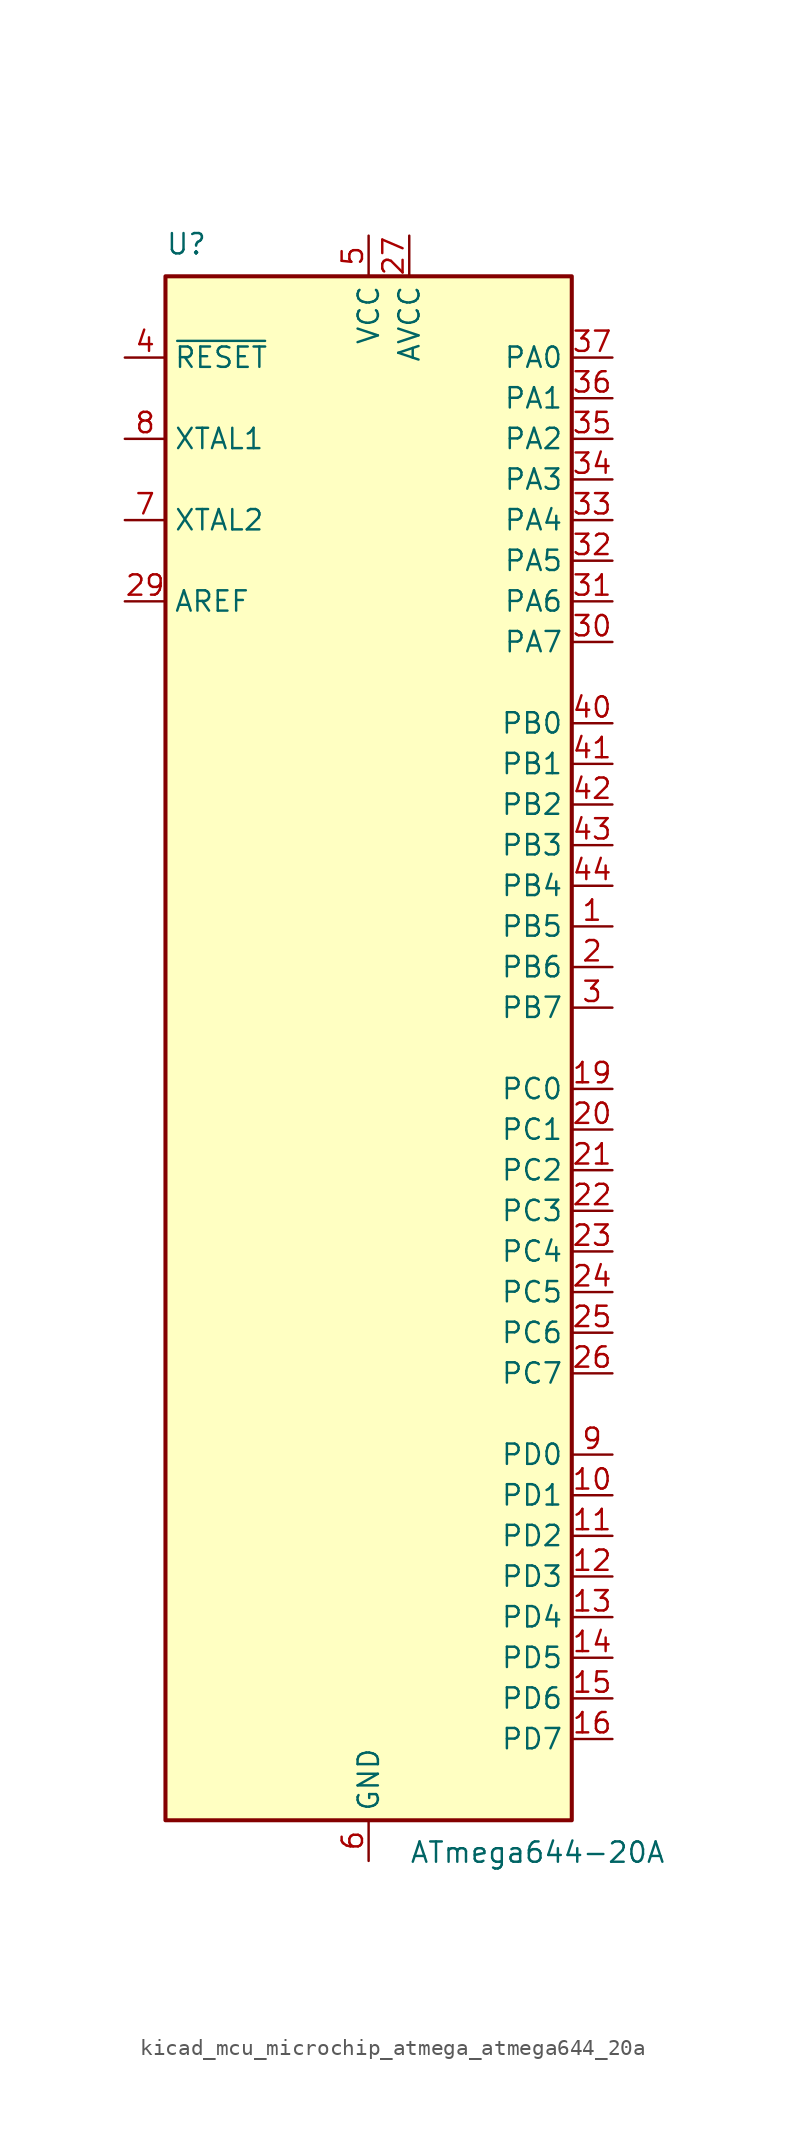
<source format=kicad_sym>
(kicad_symbol_lib
  (version 20220914)
  (generator kicad_symbol_editor)
  (symbol "kicad_mcu_microchip_atmega_atmega644_20a"
    (property "Reference" "U"
      (at -12.7 49.53 0)
      (effects (font (size 1.27 1.27)) (justify left bottom)))
    (property "Value" "ATmega644-20A"
      (at 2.54 -49.53 0)
      (effects (font (size 1.27 1.27)) (justify left top)))
    (symbol "kicad_mcu_microchip_atmega_atmega644_20a_0_1"
      (rectangle (start -12.7 -48.26) (end 12.7 48.26) (stroke (width 0.254) (type default)) (fill (type background))))
    (symbol "kicad_mcu_microchip_atmega_atmega644_20a_1_1"
      (pin bidirectional line (at 15.24 7.62 180) (length 2.54) (name "PB5" (effects (font (size 1.27 1.27)))) (number "1" (effects (font (size 1.27 1.27)))))
      (pin bidirectional line (at 15.24 -27.94 180) (length 2.54) (name "PD1" (effects (font (size 1.27 1.27)))) (number "10" (effects (font (size 1.27 1.27)))))
      (pin bidirectional line (at 15.24 -30.48 180) (length 2.54) (name "PD2" (effects (font (size 1.27 1.27)))) (number "11" (effects (font (size 1.27 1.27)))))
      (pin bidirectional line (at 15.24 -33.02 180) (length 2.54) (name "PD3" (effects (font (size 1.27 1.27)))) (number "12" (effects (font (size 1.27 1.27)))))
      (pin bidirectional line (at 15.24 -35.56 180) (length 2.54) (name "PD4" (effects (font (size 1.27 1.27)))) (number "13" (effects (font (size 1.27 1.27)))))
      (pin bidirectional line (at 15.24 -38.1 180) (length 2.54) (name "PD5" (effects (font (size 1.27 1.27)))) (number "14" (effects (font (size 1.27 1.27)))))
      (pin bidirectional line (at 15.24 -40.64 180) (length 2.54) (name "PD6" (effects (font (size 1.27 1.27)))) (number "15" (effects (font (size 1.27 1.27)))))
      (pin bidirectional line (at 15.24 -43.18 180) (length 2.54) (name "PD7" (effects (font (size 1.27 1.27)))) (number "16" (effects (font (size 1.27 1.27)))))
      (pin passive line (at 0 50.8 270) (length 2.54) hide (name "VCC" (effects (font (size 1.27 1.27)))) (number "17" (effects (font (size 1.27 1.27)))))
      (pin passive line (at 0 -50.8 90) (length 2.54) hide (name "GND" (effects (font (size 1.27 1.27)))) (number "18" (effects (font (size 1.27 1.27)))))
      (pin bidirectional line (at 15.24 -2.54 180) (length 2.54) (name "PC0" (effects (font (size 1.27 1.27)))) (number "19" (effects (font (size 1.27 1.27)))))
      (pin bidirectional line (at 15.24 5.08 180) (length 2.54) (name "PB6" (effects (font (size 1.27 1.27)))) (number "2" (effects (font (size 1.27 1.27)))))
      (pin bidirectional line (at 15.24 -5.08 180) (length 2.54) (name "PC1" (effects (font (size 1.27 1.27)))) (number "20" (effects (font (size 1.27 1.27)))))
      (pin bidirectional line (at 15.24 -7.62 180) (length 2.54) (name "PC2" (effects (font (size 1.27 1.27)))) (number "21" (effects (font (size 1.27 1.27)))))
      (pin bidirectional line (at 15.24 -10.16 180) (length 2.54) (name "PC3" (effects (font (size 1.27 1.27)))) (number "22" (effects (font (size 1.27 1.27)))))
      (pin bidirectional line (at 15.24 -12.7 180) (length 2.54) (name "PC4" (effects (font (size 1.27 1.27)))) (number "23" (effects (font (size 1.27 1.27)))))
      (pin bidirectional line (at 15.24 -15.24 180) (length 2.54) (name "PC5" (effects (font (size 1.27 1.27)))) (number "24" (effects (font (size 1.27 1.27)))))
      (pin bidirectional line (at 15.24 -17.78 180) (length 2.54) (name "PC6" (effects (font (size 1.27 1.27)))) (number "25" (effects (font (size 1.27 1.27)))))
      (pin bidirectional line (at 15.24 -20.32 180) (length 2.54) (name "PC7" (effects (font (size 1.27 1.27)))) (number "26" (effects (font (size 1.27 1.27)))))
      (pin power_in line (at 2.54 50.8 270) (length 2.54) (name "AVCC" (effects (font (size 1.27 1.27)))) (number "27" (effects (font (size 1.27 1.27)))))
      (pin passive line (at 0 -50.8 90) (length 2.54) hide (name "GND" (effects (font (size 1.27 1.27)))) (number "28" (effects (font (size 1.27 1.27)))))
      (pin passive line (at -15.24 27.94 0) (length 2.54) (name "AREF" (effects (font (size 1.27 1.27)))) (number "29" (effects (font (size 1.27 1.27)))))
      (pin bidirectional line (at 15.24 2.54 180) (length 2.54) (name "PB7" (effects (font (size 1.27 1.27)))) (number "3" (effects (font (size 1.27 1.27)))))
      (pin bidirectional line (at 15.24 25.4 180) (length 2.54) (name "PA7" (effects (font (size 1.27 1.27)))) (number "30" (effects (font (size 1.27 1.27)))))
      (pin bidirectional line (at 15.24 27.94 180) (length 2.54) (name "PA6" (effects (font (size 1.27 1.27)))) (number "31" (effects (font (size 1.27 1.27)))))
      (pin bidirectional line (at 15.24 30.48 180) (length 2.54) (name "PA5" (effects (font (size 1.27 1.27)))) (number "32" (effects (font (size 1.27 1.27)))))
      (pin bidirectional line (at 15.24 33.02 180) (length 2.54) (name "PA4" (effects (font (size 1.27 1.27)))) (number "33" (effects (font (size 1.27 1.27)))))
      (pin bidirectional line (at 15.24 35.56 180) (length 2.54) (name "PA3" (effects (font (size 1.27 1.27)))) (number "34" (effects (font (size 1.27 1.27)))))
      (pin bidirectional line (at 15.24 38.1 180) (length 2.54) (name "PA2" (effects (font (size 1.27 1.27)))) (number "35" (effects (font (size 1.27 1.27)))))
      (pin bidirectional line (at 15.24 40.64 180) (length 2.54) (name "PA1" (effects (font (size 1.27 1.27)))) (number "36" (effects (font (size 1.27 1.27)))))
      (pin bidirectional line (at 15.24 43.18 180) (length 2.54) (name "PA0" (effects (font (size 1.27 1.27)))) (number "37" (effects (font (size 1.27 1.27)))))
      (pin passive line (at 0 50.8 270) (length 2.54) hide (name "VCC" (effects (font (size 1.27 1.27)))) (number "38" (effects (font (size 1.27 1.27)))))
      (pin passive line (at 0 -50.8 90) (length 2.54) hide (name "GND" (effects (font (size 1.27 1.27)))) (number "39" (effects (font (size 1.27 1.27)))))
      (pin input line (at -15.24 43.18 0) (length 2.54) (name "~{RESET}" (effects (font (size 1.27 1.27)))) (number "4" (effects (font (size 1.27 1.27)))))
      (pin bidirectional line (at 15.24 20.32 180) (length 2.54) (name "PB0" (effects (font (size 1.27 1.27)))) (number "40" (effects (font (size 1.27 1.27)))))
      (pin bidirectional line (at 15.24 17.78 180) (length 2.54) (name "PB1" (effects (font (size 1.27 1.27)))) (number "41" (effects (font (size 1.27 1.27)))))
      (pin bidirectional line (at 15.24 15.24 180) (length 2.54) (name "PB2" (effects (font (size 1.27 1.27)))) (number "42" (effects (font (size 1.27 1.27)))))
      (pin bidirectional line (at 15.24 12.7 180) (length 2.54) (name "PB3" (effects (font (size 1.27 1.27)))) (number "43" (effects (font (size 1.27 1.27)))))
      (pin bidirectional line (at 15.24 10.16 180) (length 2.54) (name "PB4" (effects (font (size 1.27 1.27)))) (number "44" (effects (font (size 1.27 1.27)))))
      (pin power_in line (at 0 50.8 270) (length 2.54) (name "VCC" (effects (font (size 1.27 1.27)))) (number "5" (effects (font (size 1.27 1.27)))))
      (pin power_in line (at 0 -50.8 90) (length 2.54) (name "GND" (effects (font (size 1.27 1.27)))) (number "6" (effects (font (size 1.27 1.27)))))
      (pin output line (at -15.24 33.02 0) (length 2.54) (name "XTAL2" (effects (font (size 1.27 1.27)))) (number "7" (effects (font (size 1.27 1.27)))))
      (pin input line (at -15.24 38.1 0) (length 2.54) (name "XTAL1" (effects (font (size 1.27 1.27)))) (number "8" (effects (font (size 1.27 1.27)))))
      (pin bidirectional line (at 15.24 -25.4 180) (length 2.54) (name "PD0" (effects (font (size 1.27 1.27)))) (number "9" (effects (font (size 1.27 1.27))))))))
</source>
